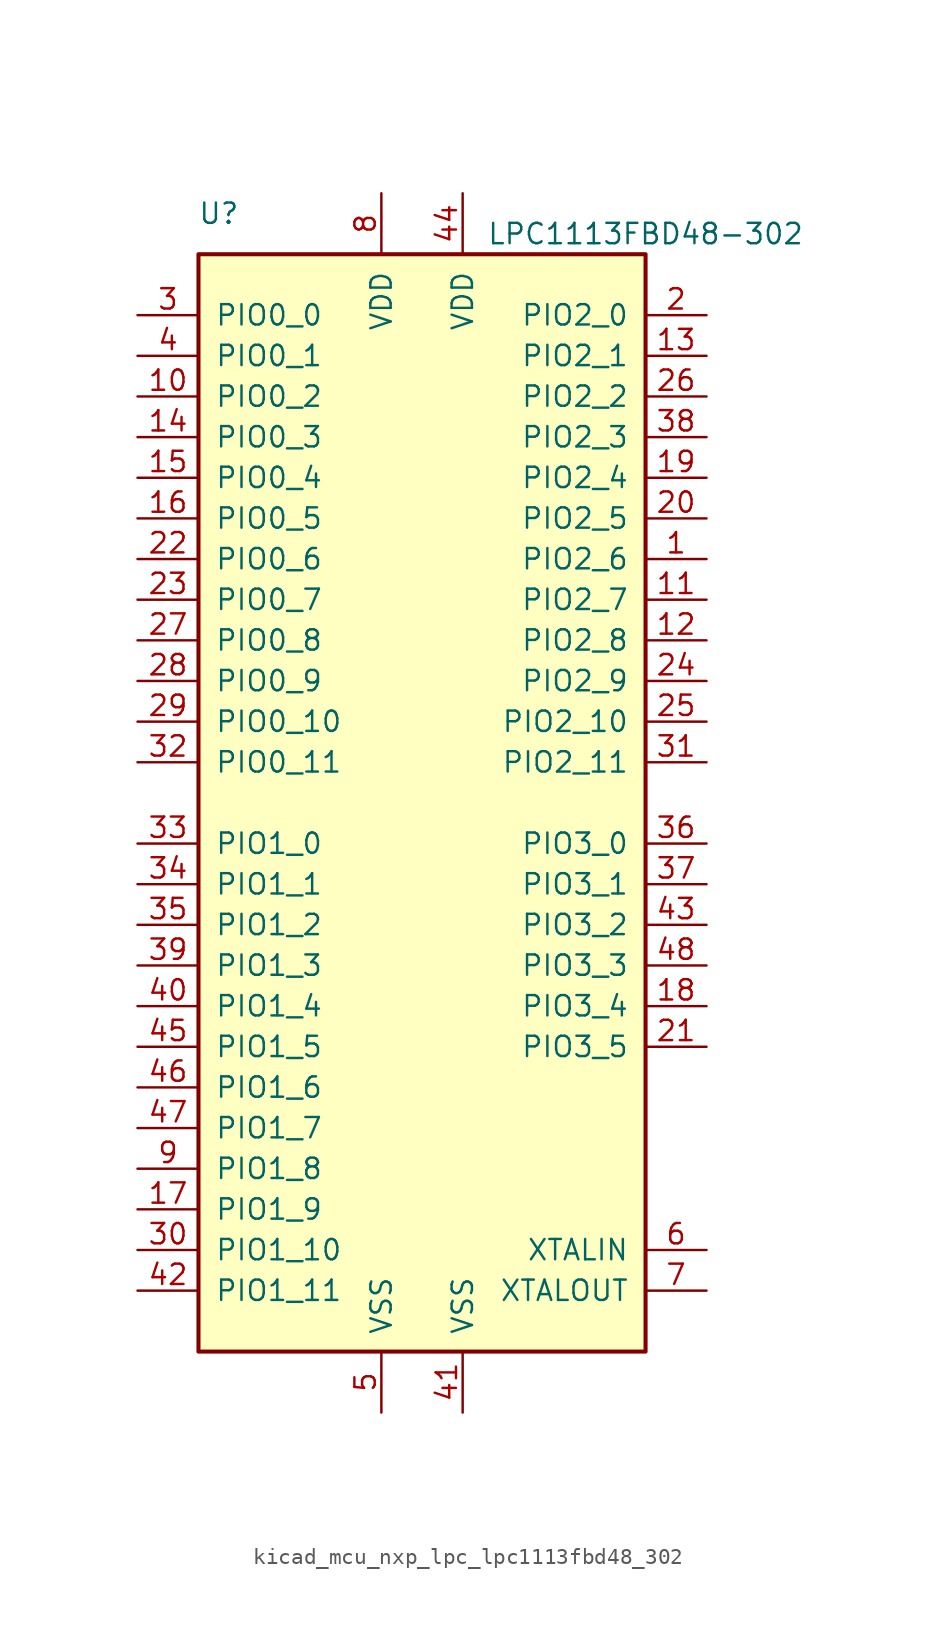
<source format=kicad_sym>
(kicad_symbol_lib
  (version 20220914)
  (generator kicad_symbol_editor)
  (symbol "kicad_mcu_nxp_lpc_lpc1113fbd48_302"
    (pin_names
      (offset 1.016))
    (property "Reference" "U"
      (at -12.7 36.83 0)
      (effects (font (size 1.27 1.27))))
    (property "Value" "LPC1113FBD48-302"
      (at 13.97 35.56 0)
      (effects (font (size 1.27 1.27))))
    (symbol "kicad_mcu_nxp_lpc_lpc1113fbd48_302_0_1"
      (rectangle (start -13.97 34.29) (end 13.97 -34.29) (stroke (width 0.254) (type default)) (fill (type background))))
    (symbol "kicad_mcu_nxp_lpc_lpc1113fbd48_302_1_1"
      (pin bidirectional line (at 17.78 15.24 180) (length 3.81) (name "PIO2_6" (effects (font (size 1.27 1.27)))) (number "1" (effects (font (size 1.27 1.27)))))
      (pin bidirectional line (at -17.78 25.4 0) (length 3.81) (name "PIO0_2" (effects (font (size 1.27 1.27)))) (number "10" (effects (font (size 1.27 1.27)))))
      (pin bidirectional line (at 17.78 12.7 180) (length 3.81) (name "PIO2_7" (effects (font (size 1.27 1.27)))) (number "11" (effects (font (size 1.27 1.27)))))
      (pin bidirectional line (at 17.78 10.16 180) (length 3.81) (name "PIO2_8" (effects (font (size 1.27 1.27)))) (number "12" (effects (font (size 1.27 1.27)))))
      (pin bidirectional line (at 17.78 27.94 180) (length 3.81) (name "PIO2_1" (effects (font (size 1.27 1.27)))) (number "13" (effects (font (size 1.27 1.27)))))
      (pin bidirectional line (at -17.78 22.86 0) (length 3.81) (name "PIO0_3" (effects (font (size 1.27 1.27)))) (number "14" (effects (font (size 1.27 1.27)))))
      (pin bidirectional line (at -17.78 20.32 0) (length 3.81) (name "PIO0_4" (effects (font (size 1.27 1.27)))) (number "15" (effects (font (size 1.27 1.27)))))
      (pin bidirectional line (at -17.78 17.78 0) (length 3.81) (name "PIO0_5" (effects (font (size 1.27 1.27)))) (number "16" (effects (font (size 1.27 1.27)))))
      (pin bidirectional line (at -17.78 -25.4 0) (length 3.81) (name "PIO1_9" (effects (font (size 1.27 1.27)))) (number "17" (effects (font (size 1.27 1.27)))))
      (pin bidirectional line (at 17.78 -12.7 180) (length 3.81) (name "PIO3_4" (effects (font (size 1.27 1.27)))) (number "18" (effects (font (size 1.27 1.27)))))
      (pin bidirectional line (at 17.78 20.32 180) (length 3.81) (name "PIO2_4" (effects (font (size 1.27 1.27)))) (number "19" (effects (font (size 1.27 1.27)))))
      (pin bidirectional line (at 17.78 30.48 180) (length 3.81) (name "PIO2_0" (effects (font (size 1.27 1.27)))) (number "2" (effects (font (size 1.27 1.27)))))
      (pin bidirectional line (at 17.78 17.78 180) (length 3.81) (name "PIO2_5" (effects (font (size 1.27 1.27)))) (number "20" (effects (font (size 1.27 1.27)))))
      (pin bidirectional line (at 17.78 -15.24 180) (length 3.81) (name "PIO3_5" (effects (font (size 1.27 1.27)))) (number "21" (effects (font (size 1.27 1.27)))))
      (pin bidirectional line (at -17.78 15.24 0) (length 3.81) (name "PIO0_6" (effects (font (size 1.27 1.27)))) (number "22" (effects (font (size 1.27 1.27)))))
      (pin bidirectional line (at -17.78 12.7 0) (length 3.81) (name "PIO0_7" (effects (font (size 1.27 1.27)))) (number "23" (effects (font (size 1.27 1.27)))))
      (pin bidirectional line (at 17.78 7.62 180) (length 3.81) (name "PIO2_9" (effects (font (size 1.27 1.27)))) (number "24" (effects (font (size 1.27 1.27)))))
      (pin bidirectional line (at 17.78 5.08 180) (length 3.81) (name "PIO2_10" (effects (font (size 1.27 1.27)))) (number "25" (effects (font (size 1.27 1.27)))))
      (pin bidirectional line (at 17.78 25.4 180) (length 3.81) (name "PIO2_2" (effects (font (size 1.27 1.27)))) (number "26" (effects (font (size 1.27 1.27)))))
      (pin bidirectional line (at -17.78 10.16 0) (length 3.81) (name "PIO0_8" (effects (font (size 1.27 1.27)))) (number "27" (effects (font (size 1.27 1.27)))))
      (pin bidirectional line (at -17.78 7.62 0) (length 3.81) (name "PIO0_9" (effects (font (size 1.27 1.27)))) (number "28" (effects (font (size 1.27 1.27)))))
      (pin bidirectional line (at -17.78 5.08 0) (length 3.81) (name "PIO0_10" (effects (font (size 1.27 1.27)))) (number "29" (effects (font (size 1.27 1.27)))))
      (pin bidirectional line (at -17.78 30.48 0) (length 3.81) (name "PIO0_0" (effects (font (size 1.27 1.27)))) (number "3" (effects (font (size 1.27 1.27)))))
      (pin bidirectional line (at -17.78 -27.94 0) (length 3.81) (name "PIO1_10" (effects (font (size 1.27 1.27)))) (number "30" (effects (font (size 1.27 1.27)))))
      (pin bidirectional line (at 17.78 2.54 180) (length 3.81) (name "PIO2_11" (effects (font (size 1.27 1.27)))) (number "31" (effects (font (size 1.27 1.27)))))
      (pin bidirectional line (at -17.78 2.54 0) (length 3.81) (name "PIO0_11" (effects (font (size 1.27 1.27)))) (number "32" (effects (font (size 1.27 1.27)))))
      (pin bidirectional line (at -17.78 -2.54 0) (length 3.81) (name "PIO1_0" (effects (font (size 1.27 1.27)))) (number "33" (effects (font (size 1.27 1.27)))))
      (pin bidirectional line (at -17.78 -5.08 0) (length 3.81) (name "PIO1_1" (effects (font (size 1.27 1.27)))) (number "34" (effects (font (size 1.27 1.27)))))
      (pin bidirectional line (at -17.78 -7.62 0) (length 3.81) (name "PIO1_2" (effects (font (size 1.27 1.27)))) (number "35" (effects (font (size 1.27 1.27)))))
      (pin bidirectional line (at 17.78 -2.54 180) (length 3.81) (name "PIO3_0" (effects (font (size 1.27 1.27)))) (number "36" (effects (font (size 1.27 1.27)))))
      (pin bidirectional line (at 17.78 -5.08 180) (length 3.81) (name "PIO3_1" (effects (font (size 1.27 1.27)))) (number "37" (effects (font (size 1.27 1.27)))))
      (pin bidirectional line (at 17.78 22.86 180) (length 3.81) (name "PIO2_3" (effects (font (size 1.27 1.27)))) (number "38" (effects (font (size 1.27 1.27)))))
      (pin bidirectional line (at -17.78 -10.16 0) (length 3.81) (name "PIO1_3" (effects (font (size 1.27 1.27)))) (number "39" (effects (font (size 1.27 1.27)))))
      (pin bidirectional line (at -17.78 27.94 0) (length 3.81) (name "PIO0_1" (effects (font (size 1.27 1.27)))) (number "4" (effects (font (size 1.27 1.27)))))
      (pin bidirectional line (at -17.78 -12.7 0) (length 3.81) (name "PIO1_4" (effects (font (size 1.27 1.27)))) (number "40" (effects (font (size 1.27 1.27)))))
      (pin power_in line (at 2.54 -38.1 90) (length 3.81) (name "VSS" (effects (font (size 1.27 1.27)))) (number "41" (effects (font (size 1.27 1.27)))))
      (pin bidirectional line (at -17.78 -30.48 0) (length 3.81) (name "PIO1_11" (effects (font (size 1.27 1.27)))) (number "42" (effects (font (size 1.27 1.27)))))
      (pin bidirectional line (at 17.78 -7.62 180) (length 3.81) (name "PIO3_2" (effects (font (size 1.27 1.27)))) (number "43" (effects (font (size 1.27 1.27)))))
      (pin power_in line (at 2.54 38.1 270) (length 3.81) (name "VDD" (effects (font (size 1.27 1.27)))) (number "44" (effects (font (size 1.27 1.27)))))
      (pin bidirectional line (at -17.78 -15.24 0) (length 3.81) (name "PIO1_5" (effects (font (size 1.27 1.27)))) (number "45" (effects (font (size 1.27 1.27)))))
      (pin bidirectional line (at -17.78 -17.78 0) (length 3.81) (name "PIO1_6" (effects (font (size 1.27 1.27)))) (number "46" (effects (font (size 1.27 1.27)))))
      (pin bidirectional line (at -17.78 -20.32 0) (length 3.81) (name "PIO1_7" (effects (font (size 1.27 1.27)))) (number "47" (effects (font (size 1.27 1.27)))))
      (pin bidirectional line (at 17.78 -10.16 180) (length 3.81) (name "PIO3_3" (effects (font (size 1.27 1.27)))) (number "48" (effects (font (size 1.27 1.27)))))
      (pin power_in line (at -2.54 -38.1 90) (length 3.81) (name "VSS" (effects (font (size 1.27 1.27)))) (number "5" (effects (font (size 1.27 1.27)))))
      (pin input line (at 17.78 -27.94 180) (length 3.81) (name "XTALIN" (effects (font (size 1.27 1.27)))) (number "6" (effects (font (size 1.27 1.27)))))
      (pin output line (at 17.78 -30.48 180) (length 3.81) (name "XTALOUT" (effects (font (size 1.27 1.27)))) (number "7" (effects (font (size 1.27 1.27)))))
      (pin power_in line (at -2.54 38.1 270) (length 3.81) (name "VDD" (effects (font (size 1.27 1.27)))) (number "8" (effects (font (size 1.27 1.27)))))
      (pin bidirectional line (at -17.78 -22.86 0) (length 3.81) (name "PIO1_8" (effects (font (size 1.27 1.27)))) (number "9" (effects (font (size 1.27 1.27))))))))
</source>
